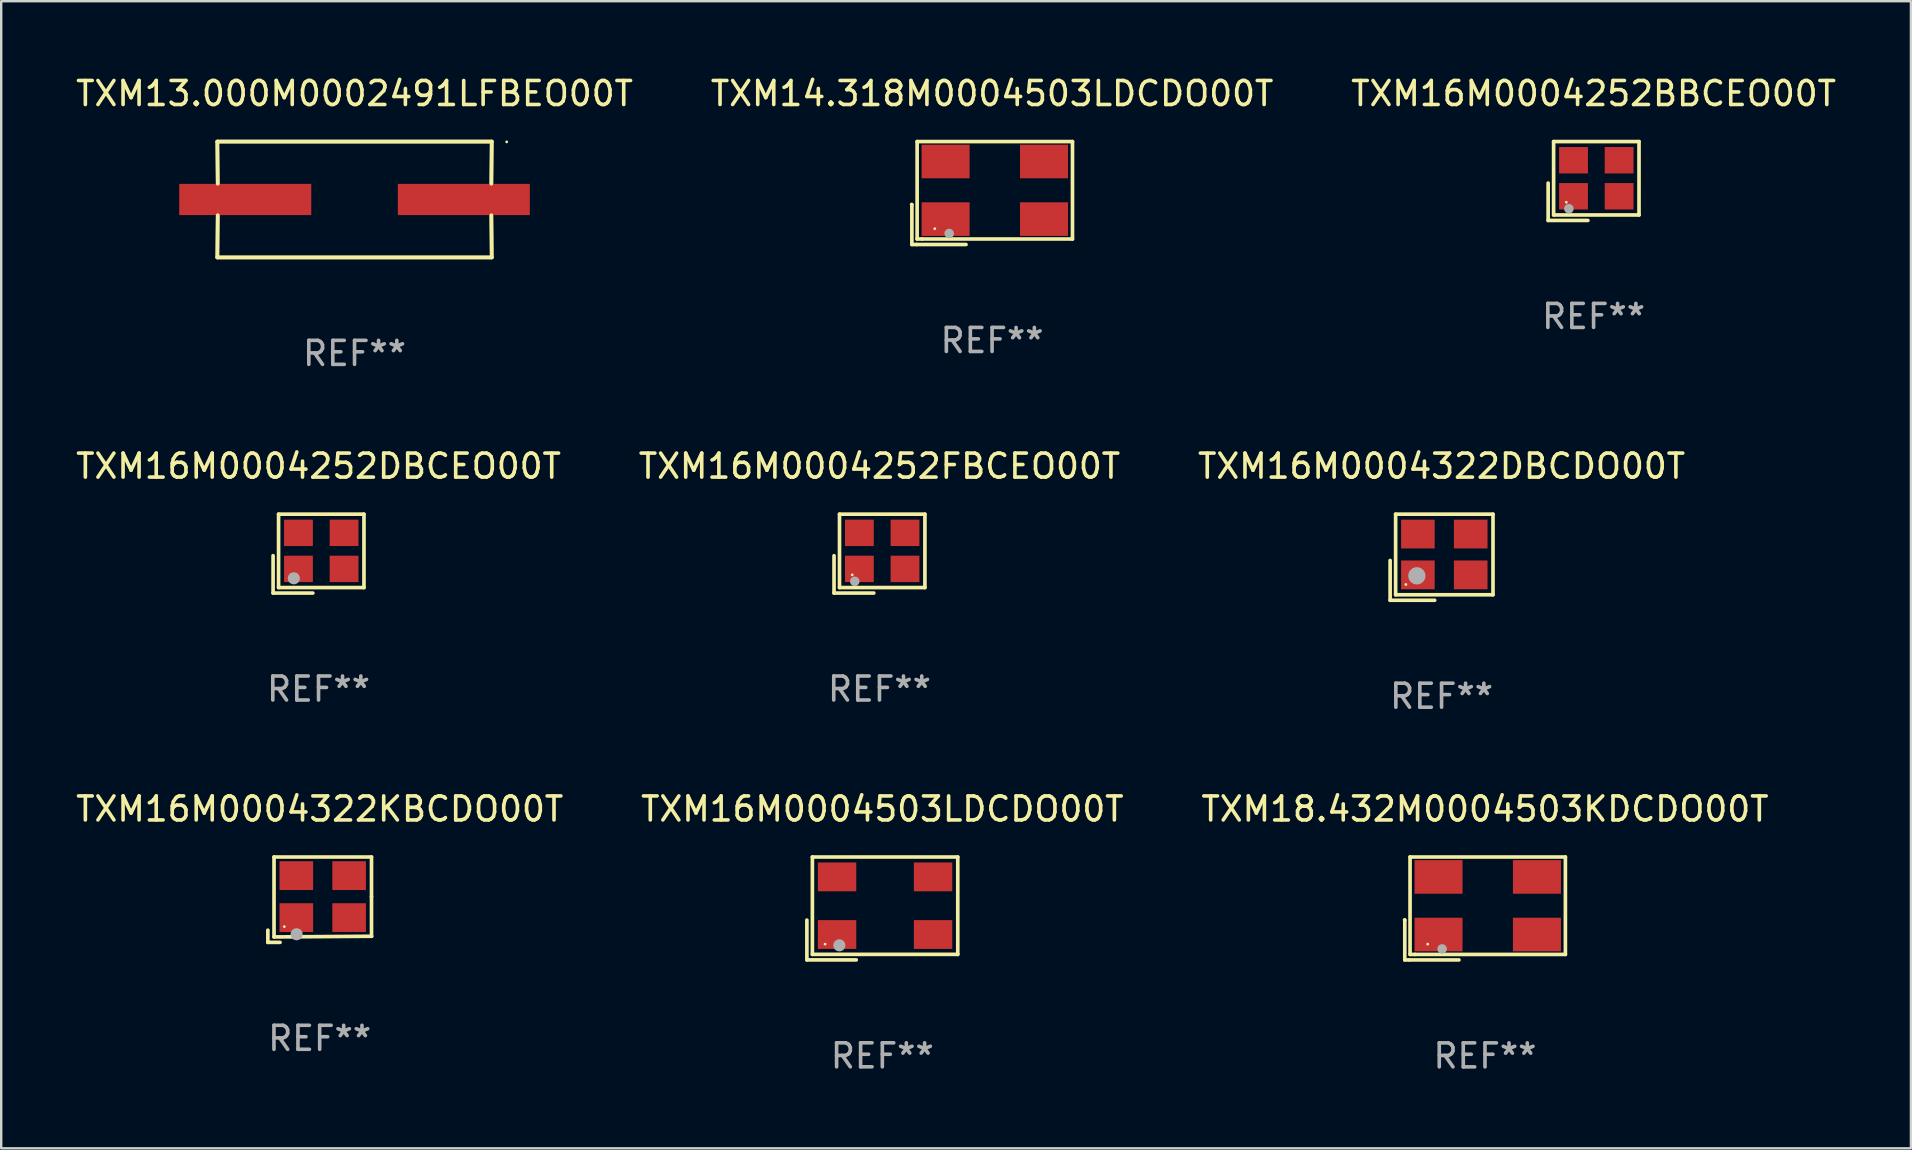
<source format=kicad_pcb>
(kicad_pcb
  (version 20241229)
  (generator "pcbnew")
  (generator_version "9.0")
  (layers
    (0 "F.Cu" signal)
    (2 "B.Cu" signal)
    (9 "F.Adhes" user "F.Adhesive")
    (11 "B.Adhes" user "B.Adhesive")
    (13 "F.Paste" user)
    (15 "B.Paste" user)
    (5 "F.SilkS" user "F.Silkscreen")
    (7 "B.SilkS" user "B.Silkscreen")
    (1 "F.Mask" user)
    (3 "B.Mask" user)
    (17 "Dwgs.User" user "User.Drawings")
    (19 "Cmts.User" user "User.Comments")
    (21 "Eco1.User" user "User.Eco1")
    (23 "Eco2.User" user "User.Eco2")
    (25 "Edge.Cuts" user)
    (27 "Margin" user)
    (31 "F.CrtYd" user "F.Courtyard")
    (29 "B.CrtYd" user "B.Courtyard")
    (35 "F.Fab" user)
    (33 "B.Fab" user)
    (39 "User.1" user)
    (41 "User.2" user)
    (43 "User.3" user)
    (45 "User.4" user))
  (footprint "TXM16M0004322KBCDO00T"
    (layer "F.Cu")
    (at 10.268 34.431)
    (property "Reference" "TXM16M0004322KBCDO00T" (at 0 -3.778 0) (layer "F.SilkS") (effects (font (size 1 1) (thickness 0.15))))
    (attr through_hole)
    (fp_line (start -2.159 1.27) (end -2.159 1.778) (stroke (width 0.152) (type solid)) (layer "F.SilkS"))
    (fp_line (start -2.159 1.778) (end -1.651 1.778) (stroke (width 0.152) (type solid)) (layer "F.SilkS"))
    (fp_line (start -1.902 -1.778) (end 2.159 -1.778) (stroke (width 0.152) (type solid)) (layer "F.SilkS"))
    (fp_line (start -1.902 1.552) (end -1.902 -1.778) (stroke (width 0.152) (type solid)) (layer "F.SilkS"))
    (fp_line (start 2.159 -1.778) (end 2.159 -0.127) (stroke (width 0.152) (type solid)) (layer "F.SilkS"))
    (fp_line (start 2.159 -0.127) (end 2.159 1.524) (stroke (width 0.152) (type solid)) (layer "F.SilkS"))
    (fp_line (start 2.159 1.524) (end -1.902 1.552) (stroke (width 0.152) (type solid)) (layer "F.SilkS"))
    (fp_line (start 2.159 1.524) (end 2.159 1.524) (stroke (width 0.152) (type solid)) (layer "F.SilkS"))
    (fp_circle (center -1.473 1.123) (end -1.443 1.123) (stroke (width 0.06) (type solid)) (fill no) (layer "F.SilkS"))
    (fp_circle (center -0.961 1.44) (end -0.834 1.44) (stroke (width 0.254) (type solid)) (fill no) (layer "F.Fab"))
    (fp_text user "REF**" (at 0 5.778 0) (layer "F.Fab") (effects (font (size 1 1) (thickness 0.15))))
    (pad "1" smd rect (at -0.973 0.748) (size 1.4 1.2) (layers "F.Cu" "F.Mask" "F.Paste"))
    (pad "2" smd rect (at 1.227 0.748) (size 1.4 1.2) (layers "F.Cu" "F.Mask" "F.Paste"))
    (pad "3" smd rect (at 1.227 -1.002) (size 1.4 1.2) (layers "F.Cu" "F.Mask" "F.Paste"))
    (pad "4" smd rect (at -0.973 -1.002) (size 1.4 1.2) (layers "F.Cu" "F.Mask" "F.Paste")))
  (footprint "TXM13.000M0002491LFBEO00T"
    (layer "F.Cu")
    (at 11.72 5.261)
    (property "Reference" "TXM13.000M0002491LFBEO00T" (at 0 -4.413 0) (layer "F.SilkS") (effects (font (size 1 1) (thickness 0.15))))
    (attr through_hole)
    (fp_line (start -5.715 -2.413) (end -5.7 -0.662) (stroke (width 0.152) (type solid)) (layer "F.SilkS"))
    (fp_line (start -5.715 -2.413) (end -5.7 -0.662) (stroke (width 0.152) (type solid)) (layer "F.SilkS"))
    (fp_line (start -5.715 2.413) (end 5.715 2.413) (stroke (width 0.152) (type solid)) (layer "F.SilkS"))
    (fp_line (start -5.715 2.413) (end 5.715 2.413) (stroke (width 0.152) (type solid)) (layer "F.SilkS"))
    (fp_line (start -5.7 0.662) (end -5.715 2.413) (stroke (width 0.152) (type solid)) (layer "F.SilkS"))
    (fp_line (start -5.7 0.662) (end -5.715 2.413) (stroke (width 0.152) (type solid)) (layer "F.SilkS"))
    (fp_line (start 5.7 -0.662) (end 5.715 -2.413) (stroke (width 0.152) (type solid)) (layer "F.SilkS"))
    (fp_line (start 5.7 -0.662) (end 5.715 -2.413) (stroke (width 0.152) (type solid)) (layer "F.SilkS"))
    (fp_line (start 5.715 -2.413) (end -5.715 -2.413) (stroke (width 0.152) (type solid)) (layer "F.SilkS"))
    (fp_line (start 5.715 -2.413) (end -5.715 -2.413) (stroke (width 0.152) (type solid)) (layer "F.SilkS"))
    (fp_line (start 5.715 2.413) (end 5.7 0.662) (stroke (width 0.152) (type solid)) (layer "F.SilkS"))
    (fp_line (start 5.715 2.413) (end 5.7 0.662) (stroke (width 0.152) (type solid)) (layer "F.SilkS"))
    (fp_circle (center 6.34 -2.4) (end 6.37 -2.4) (stroke (width 0.06) (type solid)) (fill no) (layer "F.SilkS"))
    (fp_text user "REF**" (at 0 6.413 0) (layer "F.Fab") (effects (font (size 1 1) (thickness 0.15))))
    (pad "1" smd rect (at 4.553 0) (size 5.5 1.3) (layers "F.Cu" "F.Mask" "F.Paste"))
    (pad "2" smd rect (at -4.553 0) (size 5.5 1.3) (layers "F.Cu" "F.Mask" "F.Paste")))
  (footprint "TXM18.432M0004503KDCDO00T"
    (layer "F.Cu")
    (at 58.815 34.797)
    (property "Reference" "TXM18.432M0004503KDCDO00T" (at 0 -4.144 0) (layer "F.SilkS") (effects (font (size 1 1) (thickness 0.15))))
    (attr through_hole)
    (fp_line (start -3.35 0.476) (end -3.341 0.485) (stroke (width 0.152) (type solid)) (layer "F.SilkS"))
    (fp_line (start -3.341 0.485) (end -3.341 2.144) (stroke (width 0.152) (type solid)) (layer "F.SilkS"))
    (fp_line (start -3.341 2.144) (end -3.143 2.144) (stroke (width 0.152) (type solid)) (layer "F.SilkS"))
    (fp_line (start -3.143 2.144) (end -1.085 2.144) (stroke (width 0.152) (type solid)) (layer "F.SilkS"))
    (fp_line (start -3.122 -2.144) (end 3.35 -2.144) (stroke (width 0.152) (type solid)) (layer "F.SilkS"))
    (fp_line (start -3.122 1.915) (end -3.122 -2.144) (stroke (width 0.152) (type solid)) (layer "F.SilkS"))
    (fp_line (start -2.914 1.915) (end -3.122 1.915) (stroke (width 0.152) (type solid)) (layer "F.SilkS"))
    (fp_line (start 3.35 -2.144) (end 3.35 1.915) (stroke (width 0.152) (type solid)) (layer "F.SilkS"))
    (fp_line (start 3.35 1.915) (end -2.914 1.915) (stroke (width 0.152) (type solid)) (layer "F.SilkS"))
    (fp_circle (center -2.386 1.486) (end -2.356 1.486) (stroke (width 0.06) (type solid)) (fill no) (layer "F.SilkS"))
    (fp_circle (center -1.786 1.686) (end -1.686 1.686) (stroke (width 0.2) (type solid)) (fill no) (layer "F.Fab"))
    (fp_text user "REF**" (at 0 6.144 0) (layer "F.Fab") (effects (font (size 1 1) (thickness 0.15))))
    (pad "1" smd rect (at -1.936 1.086) (size 2 1.4) (layers "F.Cu" "F.Mask" "F.Paste"))
    (pad "2" smd rect (at 2.164 1.086) (size 2 1.4) (layers "F.Cu" "F.Mask" "F.Paste"))
    (pad "3" smd rect (at 2.164 -1.314) (size 2 1.4) (layers "F.Cu" "F.Mask" "F.Paste"))
    (pad "4" smd rect (at -1.936 -1.314) (size 2 1.4) (layers "F.Cu" "F.Mask" "F.Paste")))
  (footprint "TXM16M0004252BBCEO00T"
    (layer "F.Cu")
    (at 63.339 4.491)
    (property "Reference" "TXM16M0004252BBCEO00T" (at 0 -3.643 0) (layer "F.SilkS") (effects (font (size 1 1) (thickness 0.15))))
    (attr through_hole)
    (fp_line (start -1.893 0.086) (end -1.893 1.643) (stroke (width 0.152) (type solid)) (layer "F.SilkS"))
    (fp_line (start -1.893 1.643) (end -0.237 1.643) (stroke (width 0.152) (type solid)) (layer "F.SilkS"))
    (fp_line (start -1.665 -1.643) (end 1.893 -1.643) (stroke (width 0.152) (type solid)) (layer "F.SilkS"))
    (fp_line (start -1.665 1.414) (end -1.665 -1.643) (stroke (width 0.152) (type solid)) (layer "F.SilkS"))
    (fp_line (start 1.893 -1.643) (end 1.893 1.414) (stroke (width 0.152) (type solid)) (layer "F.SilkS"))
    (fp_line (start 1.893 1.414) (end -1.665 1.414) (stroke (width 0.152) (type solid)) (layer "F.SilkS"))
    (fp_circle (center -1.136 0.885) (end -1.106 0.885) (stroke (width 0.06) (type solid)) (fill no) (layer "F.SilkS"))
    (fp_circle (center -1.029 1.155) (end -0.929 1.155) (stroke (width 0.2) (type solid)) (fill no) (layer "F.Fab"))
    (fp_text user "REF**" (at 0 5.643 0) (layer "F.Fab") (effects (font (size 1 1) (thickness 0.15))))
    (pad "1" smd rect (at -0.836 0.636) (size 1.2 1.1) (layers "F.Cu" "F.Mask" "F.Paste"))
    (pad "2" smd rect (at 1.064 0.636) (size 1.2 1.1) (layers "F.Cu" "F.Mask" "F.Paste"))
    (pad "3" smd rect (at 1.064 -0.865) (size 1.2 1.1) (layers "F.Cu" "F.Mask" "F.Paste"))
    (pad "4" smd rect (at -0.836 -0.865) (size 1.2 1.1) (layers "F.Cu" "F.Mask" "F.Paste")))
  (footprint "TXM16M0004503LDCDO00T"
    (layer "F.Cu")
    (at 33.708 34.796)
    (property "Reference" "TXM16M0004503LDCDO00T" (at 0 -4.143 0) (layer "F.SilkS") (effects (font (size 1 1) (thickness 0.15))))
    (attr through_hole)
    (fp_line (start -3.143 0.486) (end -3.143 2.143) (stroke (width 0.152) (type solid)) (layer "F.SilkS"))
    (fp_line (start -3.143 2.143) (end -1.086 2.143) (stroke (width 0.152) (type solid)) (layer "F.SilkS"))
    (fp_line (start -2.914 -2.143) (end 3.143 -2.143) (stroke (width 0.152) (type solid)) (layer "F.SilkS"))
    (fp_line (start -2.914 1.914) (end -2.914 -2.143) (stroke (width 0.152) (type solid)) (layer "F.SilkS"))
    (fp_line (start 3.143 -2.143) (end 3.143 1.914) (stroke (width 0.152) (type solid)) (layer "F.SilkS"))
    (fp_line (start 3.143 1.914) (end -2.914 1.914) (stroke (width 0.152) (type solid)) (layer "F.SilkS"))
    (fp_circle (center -2.386 1.486) (end -2.356 1.486) (stroke (width 0.06) (type solid)) (fill no) (layer "F.SilkS"))
    (fp_circle (center -1.791 1.537) (end -1.664 1.537) (stroke (width 0.254) (type solid)) (fill no) (layer "F.Fab"))
    (fp_text user "REF**" (at 0 6.143 0) (layer "F.Fab") (effects (font (size 1 1) (thickness 0.15))))
    (pad "1" smd rect (at -1.886 1.086) (size 1.6 1.2) (layers "F.Cu" "F.Mask" "F.Paste"))
    (pad "2" smd rect (at 2.114 1.086) (size 1.6 1.2) (layers "F.Cu" "F.Mask" "F.Paste"))
    (pad "3" smd rect (at 2.114 -1.314) (size 1.6 1.2) (layers "F.Cu" "F.Mask" "F.Paste"))
    (pad "4" smd rect (at -1.886 -1.314) (size 1.6 1.2) (layers "F.Cu" "F.Mask" "F.Paste")))
  (footprint "TXM16M0004252DBCEO00T"
    (layer "F.Cu")
    (at 10.22 20.014)
    (property "Reference" "TXM16M0004252DBCEO00T" (at 0 -3.643 0) (layer "F.SilkS") (effects (font (size 1 1) (thickness 0.15))))
    (attr through_hole)
    (fp_line (start -1.893 0.086) (end -1.893 1.643) (stroke (width 0.152) (type solid)) (layer "F.SilkS"))
    (fp_line (start -1.893 1.643) (end -0.237 1.643) (stroke (width 0.152) (type solid)) (layer "F.SilkS"))
    (fp_line (start -1.665 -1.643) (end 1.893 -1.643) (stroke (width 0.152) (type solid)) (layer "F.SilkS"))
    (fp_line (start -1.665 1.414) (end -1.665 -1.643) (stroke (width 0.152) (type solid)) (layer "F.SilkS"))
    (fp_line (start 1.893 -1.643) (end 1.893 1.414) (stroke (width 0.152) (type solid)) (layer "F.SilkS"))
    (fp_line (start 1.893 1.414) (end -1.665 1.414) (stroke (width 0.152) (type solid)) (layer "F.SilkS"))
    (fp_circle (center -1.136 0.885) (end -1.106 0.885) (stroke (width 0.06) (type solid)) (fill no) (layer "F.SilkS"))
    (fp_circle (center -1.029 1.028) (end -0.902 1.028) (stroke (width 0.254) (type solid)) (fill no) (layer "F.Fab"))
    (fp_text user "REF**" (at 0 5.643 0) (layer "F.Fab") (effects (font (size 1 1) (thickness 0.15))))
    (pad "1" smd rect (at -0.836 0.636) (size 1.2 1.1) (layers "F.Cu" "F.Mask" "F.Paste"))
    (pad "2" smd rect (at 1.064 0.636) (size 1.2 1.1) (layers "F.Cu" "F.Mask" "F.Paste"))
    (pad "3" smd rect (at 1.064 -0.865) (size 1.2 1.1) (layers "F.Cu" "F.Mask" "F.Paste"))
    (pad "4" smd rect (at -0.836 -0.865) (size 1.2 1.1) (layers "F.Cu" "F.Mask" "F.Paste")))
  (footprint "TXM14.318M0004503LDCDO00T"
    (layer "F.Cu")
    (at 38.28 4.992)
    (property "Reference" "TXM14.318M0004503LDCDO00T" (at 0 -4.144 0) (layer "F.SilkS") (effects (font (size 1 1) (thickness 0.15))))
    (attr through_hole)
    (fp_line (start -3.35 0.476) (end -3.341 0.485) (stroke (width 0.152) (type solid)) (layer "F.SilkS"))
    (fp_line (start -3.341 0.485) (end -3.341 2.144) (stroke (width 0.152) (type solid)) (layer "F.SilkS"))
    (fp_line (start -3.341 2.144) (end -3.143 2.144) (stroke (width 0.152) (type solid)) (layer "F.SilkS"))
    (fp_line (start -3.143 2.144) (end -1.085 2.144) (stroke (width 0.152) (type solid)) (layer "F.SilkS"))
    (fp_line (start -3.122 -2.144) (end 3.35 -2.144) (stroke (width 0.152) (type solid)) (layer "F.SilkS"))
    (fp_line (start -3.122 1.915) (end -3.122 -2.144) (stroke (width 0.152) (type solid)) (layer "F.SilkS"))
    (fp_line (start -2.914 1.915) (end -3.122 1.915) (stroke (width 0.152) (type solid)) (layer "F.SilkS"))
    (fp_line (start 3.35 -2.144) (end 3.35 1.915) (stroke (width 0.152) (type solid)) (layer "F.SilkS"))
    (fp_line (start 3.35 1.915) (end -2.914 1.915) (stroke (width 0.152) (type solid)) (layer "F.SilkS"))
    (fp_circle (center -2.386 1.486) (end -2.356 1.486) (stroke (width 0.06) (type solid)) (fill no) (layer "F.SilkS"))
    (fp_circle (center -1.786 1.686) (end -1.686 1.686) (stroke (width 0.2) (type solid)) (fill no) (layer "F.Fab"))
    (fp_text user "REF**" (at 0 6.144 0) (layer "F.Fab") (effects (font (size 1 1) (thickness 0.15))))
    (pad "1" smd rect (at -1.936 1.086) (size 2 1.4) (layers "F.Cu" "F.Mask" "F.Paste"))
    (pad "2" smd rect (at 2.164 1.086) (size 2 1.4) (layers "F.Cu" "F.Mask" "F.Paste"))
    (pad "3" smd rect (at 2.164 -1.314) (size 2 1.4) (layers "F.Cu" "F.Mask" "F.Paste"))
    (pad "4" smd rect (at -1.936 -1.314) (size 2 1.4) (layers "F.Cu" "F.Mask" "F.Paste")))
  (footprint "TXM16M0004322DBCDO00T"
    (layer "F.Cu")
    (at 57.006 20.164)
    (property "Reference" "TXM16M0004322DBCDO00T" (at 0 -3.793 0) (layer "F.SilkS") (effects (font (size 1 1) (thickness 0.15))))
    (attr through_hole)
    (fp_line (start -2.143 0.136) (end -2.143 1.793) (stroke (width 0.152) (type solid)) (layer "F.SilkS"))
    (fp_line (start -2.143 1.793) (end -0.286 1.793) (stroke (width 0.152) (type solid)) (layer "F.SilkS"))
    (fp_line (start -1.914 -1.793) (end 2.143 -1.793) (stroke (width 0.152) (type solid)) (layer "F.SilkS"))
    (fp_line (start -1.914 1.564) (end -1.914 -1.793) (stroke (width 0.152) (type solid)) (layer "F.SilkS"))
    (fp_line (start 2.143 -1.793) (end 2.143 1.564) (stroke (width 0.152) (type solid)) (layer "F.SilkS"))
    (fp_line (start 2.143 1.564) (end -1.914 1.564) (stroke (width 0.152) (type solid)) (layer "F.SilkS"))
    (fp_circle (center -1.486 1.136) (end -1.456 1.136) (stroke (width 0.06) (type solid)) (fill no) (layer "F.SilkS"))
    (fp_circle (center -1.029 0.775) (end -0.849 0.775) (stroke (width 0.36) (type solid)) (fill no) (layer "F.Fab"))
    (fp_text user "REF**" (at 0 5.793 0) (layer "F.Fab") (effects (font (size 1 1) (thickness 0.15))))
    (pad "1" smd rect (at -0.986 0.736) (size 1.4 1.2) (layers "F.Cu" "F.Mask" "F.Paste"))
    (pad "2" smd rect (at 1.214 0.736) (size 1.4 1.2) (layers "F.Cu" "F.Mask" "F.Paste"))
    (pad "3" smd rect (at 1.214 -0.964) (size 1.4 1.2) (layers "F.Cu" "F.Mask" "F.Paste"))
    (pad "4" smd rect (at -0.986 -0.964) (size 1.4 1.2) (layers "F.Cu" "F.Mask" "F.Paste")))
  (footprint "TXM16M0004252FBCEO00T"
    (layer "F.Cu")
    (at 33.589 20.014)
    (property "Reference" "TXM16M0004252FBCEO00T" (at 0 -3.643 0) (layer "F.SilkS") (effects (font (size 1 1) (thickness 0.15))))
    (attr through_hole)
    (fp_line (start -1.893 0.086) (end -1.893 1.643) (stroke (width 0.152) (type solid)) (layer "F.SilkS"))
    (fp_line (start -1.893 1.643) (end -0.237 1.643) (stroke (width 0.152) (type solid)) (layer "F.SilkS"))
    (fp_line (start -1.665 -1.643) (end 1.893 -1.643) (stroke (width 0.152) (type solid)) (layer "F.SilkS"))
    (fp_line (start -1.665 1.414) (end -1.665 -1.643) (stroke (width 0.152) (type solid)) (layer "F.SilkS"))
    (fp_line (start 1.893 -1.643) (end 1.893 1.414) (stroke (width 0.152) (type solid)) (layer "F.SilkS"))
    (fp_line (start 1.893 1.414) (end -1.665 1.414) (stroke (width 0.152) (type solid)) (layer "F.SilkS"))
    (fp_circle (center -1.136 0.885) (end -1.106 0.885) (stroke (width 0.06) (type solid)) (fill no) (layer "F.SilkS"))
    (fp_circle (center -1.029 1.155) (end -0.929 1.155) (stroke (width 0.2) (type solid)) (fill no) (layer "F.Fab"))
    (fp_text user "REF**" (at 0 5.643 0) (layer "F.Fab") (effects (font (size 1 1) (thickness 0.15))))
    (pad "1" smd rect (at -0.836 0.636) (size 1.2 1.1) (layers "F.Cu" "F.Mask" "F.Paste"))
    (pad "2" smd rect (at 1.064 0.636) (size 1.2 1.1) (layers "F.Cu" "F.Mask" "F.Paste"))
    (pad "3" smd rect (at 1.064 -0.865) (size 1.2 1.1) (layers "F.Cu" "F.Mask" "F.Paste"))
    (pad "4" smd rect (at -0.836 -0.865) (size 1.2 1.1) (layers "F.Cu" "F.Mask" "F.Paste")))
  (gr_rect
    (start -3 -3)
    (end 76.56 44.789)
    (stroke (width 0.1) (type default))
    (fill no)
    (layer "Edge.Cuts")))
</source>
